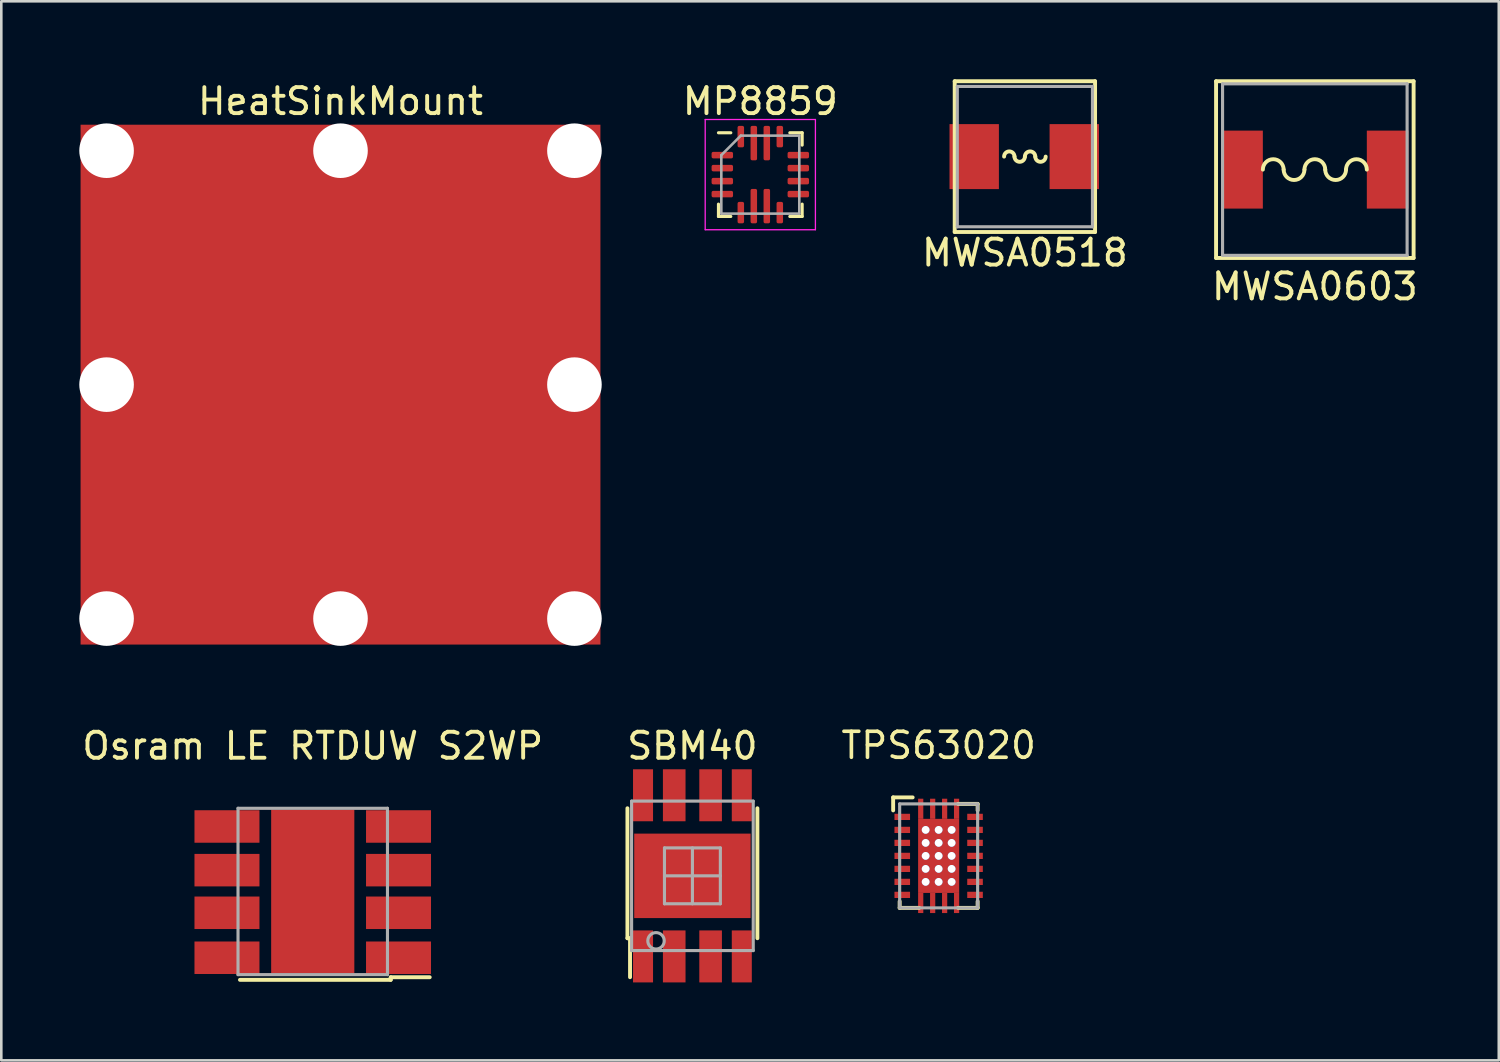
<source format=kicad_pcb>
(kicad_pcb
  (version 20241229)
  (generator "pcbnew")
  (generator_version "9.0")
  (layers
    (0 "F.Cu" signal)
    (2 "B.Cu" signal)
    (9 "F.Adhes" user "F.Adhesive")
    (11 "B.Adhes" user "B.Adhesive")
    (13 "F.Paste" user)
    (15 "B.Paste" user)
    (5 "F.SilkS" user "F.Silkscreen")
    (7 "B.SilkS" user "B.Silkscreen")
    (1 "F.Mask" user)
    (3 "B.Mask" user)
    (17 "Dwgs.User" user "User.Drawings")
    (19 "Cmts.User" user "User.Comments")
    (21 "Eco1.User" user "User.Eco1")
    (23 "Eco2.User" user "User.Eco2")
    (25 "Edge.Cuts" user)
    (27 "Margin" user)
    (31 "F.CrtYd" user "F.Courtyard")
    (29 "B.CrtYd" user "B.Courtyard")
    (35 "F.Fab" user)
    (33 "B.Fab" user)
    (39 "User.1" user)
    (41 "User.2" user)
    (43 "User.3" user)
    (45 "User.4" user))
  (footprint "TPS63020"
    (layer "F.Cu")
    (at 33.062 29.878)
    (property "Reference" "TPS63020" (at 0 -4.25 180) (layer "F.SilkS") (effects (font (size 1 1) (thickness 0.14))))
    (attr smd)
    (fp_line (start -1.75 -2.25) (end -1.75 -1.75) (stroke (width 0.15) (type solid)) (layer "F.SilkS"))
    (fp_line (start -1.5 2) (end -1.5 1.75) (stroke (width 0.15) (type solid)) (layer "F.SilkS"))
    (fp_line (start -1 -2.25) (end -1.75 -2.25) (stroke (width 0.15) (type solid)) (layer "F.SilkS"))
    (fp_line (start -0.75 2) (end -1.5 2) (stroke (width 0.15) (type solid)) (layer "F.SilkS"))
    (fp_line (start 0.75 -2) (end 1.5 -2) (stroke (width 0.15) (type solid)) (layer "F.SilkS"))
    (fp_line (start 1.5 -2) (end 1.5 -1.75) (stroke (width 0.15) (type solid)) (layer "F.SilkS"))
    (fp_line (start 1.5 1.75) (end 1.5 2) (stroke (width 0.15) (type solid)) (layer "F.SilkS"))
    (fp_line (start 1.5 2) (end 0.75 2) (stroke (width 0.15) (type solid)) (layer "F.SilkS"))
    (fp_line (start -1.5 -2) (end 1.5 -2) (stroke (width 0.12) (type solid)) (layer "F.Fab"))
    (fp_line (start -1.5 2) (end -1.5 -2) (stroke (width 0.12) (type solid)) (layer "F.Fab"))
    (fp_line (start 1.5 -2) (end 1.5 2) (stroke (width 0.12) (type solid)) (layer "F.Fab"))
    (fp_line (start 1.5 2) (end -1.5 2) (stroke (width 0.12) (type solid)) (layer "F.Fab"))
    (pad "1" smd rect (at -1.4 -1.5 270) (size 0.24 0.6) (layers "F.Cu" "F.Mask" "F.Paste"))
    (pad "2" smd rect (at -1.4 -1 270) (size 0.24 0.6) (layers "F.Cu" "F.Mask" "F.Paste"))
    (pad "3" smd rect (at -1.4 -0.5 270) (size 0.24 0.6) (layers "F.Cu" "F.Mask" "F.Paste"))
    (pad "4" smd rect (at -1.4 0 270) (size 0.24 0.6) (layers "F.Cu" "F.Mask" "F.Paste"))
    (pad "5" smd rect (at -1.4 0.5 270) (size 0.24 0.6) (layers "F.Cu" "F.Mask" "F.Paste"))
    (pad "6" smd rect (at -1.4 1 270) (size 0.24 0.6) (layers "F.Cu" "F.Mask" "F.Paste"))
    (pad "7" smd rect (at -1.4 1.5 270) (size 0.24 0.6) (layers "F.Cu" "F.Mask" "F.Paste"))
    (pad "8" smd rect (at 1.4 1.5 270) (size 0.24 0.6) (layers "F.Cu" "F.Mask" "F.Paste"))
    (pad "9" smd rect (at 1.4 1 270) (size 0.24 0.6) (layers "F.Cu" "F.Mask" "F.Paste"))
    (pad "10" smd rect (at 1.4 0.5 270) (size 0.24 0.6) (layers "F.Cu" "F.Mask" "F.Paste"))
    (pad "11" smd rect (at 1.4 0 270) (size 0.24 0.6) (layers "F.Cu" "F.Mask" "F.Paste"))
    (pad "12" smd rect (at 1.4 -0.5 270) (size 0.24 0.6) (layers "F.Cu" "F.Mask" "F.Paste"))
    (pad "13" smd rect (at 1.4 -1 270) (size 0.24 0.6) (layers "F.Cu" "F.Mask" "F.Paste"))
    (pad "14" smd rect (at 1.4 -1.5 270) (size 0.24 0.6) (layers "F.Cu" "F.Mask" "F.Paste"))
    (pad "15" smd rect (at -0.69 -1.812 270) (size 0.775 0.2) (layers "F.Cu" "F.Mask" "F.Paste"))
    (pad "15" smd rect (at -0.69 1.812 270) (size 0.775 0.2) (layers "F.Cu" "F.Mask" "F.Paste"))
    (pad "15" thru_hole circle (at -0.5 -1 270) (size 0.3 0.3) (drill 0.3) (layers "*.Cu"))
    (pad "15" thru_hole circle (at -0.5 -0.5 270) (size 0.3 0.3) (drill 0.3) (layers "*.Cu"))
    (pad "15" thru_hole circle (at -0.5 0 270) (size 0.3 0.3) (drill 0.3) (layers "*.Cu"))
    (pad "15" thru_hole circle (at -0.5 0.5 270) (size 0.3 0.3) (drill 0.3) (layers "*.Cu"))
    (pad "15" thru_hole circle (at -0.5 1 270) (size 0.3 0.3) (drill 0.3) (layers "*.Cu"))
    (pad "15" smd rect (at -0.23 -1.812 270) (size 0.775 0.2) (layers "F.Cu" "F.Mask" "F.Paste"))
    (pad "15" smd rect (at -0.23 1.812 270) (size 0.775 0.2) (layers "F.Cu" "F.Mask" "F.Paste"))
    (pad "15" thru_hole circle (at 0 -1 270) (size 0.3 0.3) (drill 0.3) (layers "*.Cu"))
    (pad "15" thru_hole circle (at 0 -0.5 270) (size 0.3 0.3) (drill 0.3) (layers "*.Cu"))
    (pad "15" thru_hole circle (at 0 0 270) (size 0.3 0.3) (drill 0.3) (layers "*.Cu"))
    (pad "15" smd rect (at 0 0 270) (size 2.85 1.58) (layers "F.Cu" "F.Mask" "F.Paste"))
    (pad "15" thru_hole circle (at 0 0.5 270) (size 0.3 0.3) (drill 0.3) (layers "*.Cu"))
    (pad "15" thru_hole circle (at 0 1 270) (size 0.3 0.3) (drill 0.3) (layers "*.Cu"))
    (pad "15" smd rect (at 0.23 -1.812 270) (size 0.775 0.2) (layers "F.Cu" "F.Mask" "F.Paste"))
    (pad "15" smd rect (at 0.23 1.812 270) (size 0.775 0.2) (layers "F.Cu" "F.Mask" "F.Paste"))
    (pad "15" thru_hole circle (at 0.5 -1 270) (size 0.3 0.3) (drill 0.3) (layers "*.Cu"))
    (pad "15" thru_hole circle (at 0.5 -0.5 270) (size 0.3 0.3) (drill 0.3) (layers "*.Cu"))
    (pad "15" thru_hole circle (at 0.5 0 270) (size 0.3 0.3) (drill 0.3) (layers "*.Cu"))
    (pad "15" thru_hole circle (at 0.5 0.5 270) (size 0.3 0.3) (drill 0.3) (layers "*.Cu"))
    (pad "15" thru_hole circle (at 0.5 1 270) (size 0.3 0.3) (drill 0.3) (layers "*.Cu"))
    (pad "15" smd rect (at 0.69 -1.812 270) (size 0.775 0.2) (layers "F.Cu" "F.Mask" "F.Paste"))
    (pad "15" smd rect (at 0.69 1.812 270) (size 0.775 0.2) (layers "F.Cu" "F.Mask" "F.Paste")))
  (footprint "SBM40"
    (layer "F.Cu")
    (at 23.589 30.646)
    (property "Reference" "SBM40" (at 0 -5 0) (layer "F.SilkS") (effects (font (size 1 1) (thickness 0.15))))
    (attr smd)
    (fp_line (start -2.5 2.4) (end -2.5 -2.6) (stroke (width 0.15) (type solid)) (layer "F.SilkS"))
    (fp_line (start -2.4 2.4) (end -2.5 2.4) (stroke (width 0.15) (type solid)) (layer "F.SilkS"))
    (fp_line (start -2.4 3.9) (end -2.4 2.4) (stroke (width 0.15) (type solid)) (layer "F.SilkS"))
    (fp_line (start 2.5 2.4) (end 2.5 -2.6) (stroke (width 0.15) (type solid)) (layer "F.SilkS"))
    (fp_line (start -2.34 -2.875) (end -2.34 2.875) (stroke (width 0.12) (type solid)) (layer "F.Fab"))
    (fp_line (start -2.34 -2.875) (end 2.34 -2.875) (stroke (width 0.12) (type solid)) (layer "F.Fab"))
    (fp_line (start -2.34 2.875) (end 2.34 2.875) (stroke (width 0.12) (type solid)) (layer "F.Fab"))
    (fp_line (start -1.075 -1.075) (end 1.075 -1.075) (stroke (width 0.12) (type solid)) (layer "F.Fab"))
    (fp_line (start -1.075 0) (end 1.075 0) (stroke (width 0.12) (type solid)) (layer "F.Fab"))
    (fp_line (start -1.075 1.075) (end -1.075 -1.075) (stroke (width 0.12) (type solid)) (layer "F.Fab"))
    (fp_line (start -1.075 1.075) (end 1.075 1.075) (stroke (width 0.12) (type solid)) (layer "F.Fab"))
    (fp_line (start 0 -1.075) (end 0 1.075) (stroke (width 0.12) (type solid)) (layer "F.Fab"))
    (fp_line (start 1.075 -1.075) (end 1.075 1.075) (stroke (width 0.12) (type solid)) (layer "F.Fab"))
    (fp_line (start 2.34 2.875) (end 2.34 -2.875) (stroke (width 0.12) (type solid)) (layer "F.Fab"))
    (fp_circle (center -1.4 2.5) (end -1.3 2.2) (stroke (width 0.12) (type solid)) (fill no) (layer "F.Fab"))
    (pad "1" smd rect (at -1.9 3.1) (size 0.77 2) (layers "F.Cu" "F.Mask" "F.Paste"))
    (pad "2" smd rect (at -0.7 3.1) (size 0.87 2) (layers "F.Cu" "F.Mask" "F.Paste"))
    (pad "3" smd rect (at 0.7 3.1) (size 0.87 2) (layers "F.Cu" "F.Mask" "F.Paste"))
    (pad "4" smd rect (at 1.9 3.1) (size 0.77 2) (layers "F.Cu" "F.Mask" "F.Paste"))
    (pad "5" smd rect (at -1.9 -3.1 180) (size 0.77 2) (layers "F.Cu" "F.Mask" "F.Paste"))
    (pad "6" smd rect (at -0.7 -3.1) (size 0.87 2) (layers "F.Cu" "F.Mask" "F.Paste"))
    (pad "7" smd rect (at 0.7 -3.1) (size 0.87 2) (layers "F.Cu" "F.Mask" "F.Paste"))
    (pad "8" smd rect (at 1.9 -3.1 180) (size 0.77 2) (layers "F.Cu" "F.Mask" "F.Paste"))
    (pad "9" smd rect (at 0 0) (size 4.48 3.25) (layers "F.Cu" "F.Mask" "F.Paste")))
  (footprint "MWSA0603"
    (layer "F.Cu")
    (at 47.535 3.475)
    (property "Reference" "MWSA0603" (at 0 4.5 0) (layer "F.SilkS") (effects (font (size 1 1) (thickness 0.15))))
    (attr smd)
    (fp_line (start -3.8 -3.4) (end 3.8 -3.4) (stroke (width 0.15) (type solid)) (layer "F.SilkS"))
    (fp_line (start -3.8 3.4) (end -3.8 -3.4) (stroke (width 0.15) (type solid)) (layer "F.SilkS"))
    (fp_line (start 3.8 -3.4) (end 3.8 3.4) (stroke (width 0.15) (type solid)) (layer "F.SilkS"))
    (fp_line (start 3.8 3.4) (end -3.8 3.4) (stroke (width 0.15) (type solid)) (layer "F.SilkS"))
    (fp_arc (start -2 0) (mid -1.6 -0.4) (end -1.2 0) (stroke (width 0.15) (type solid)) (layer "F.SilkS"))
    (fp_arc (start -0.4 0) (mid -0.8 0.4) (end -1.2 0) (stroke (width 0.15) (type solid)) (layer "F.SilkS"))
    (fp_arc (start -0.4 0) (mid 0 -0.4) (end 0.4 0) (stroke (width 0.15) (type solid)) (layer "F.SilkS"))
    (fp_arc (start 1.2 0) (mid 0.8 0.4) (end 0.4 0) (stroke (width 0.15) (type solid)) (layer "F.SilkS"))
    (fp_arc (start 1.2 0) (mid 1.6 -0.4) (end 2 0) (stroke (width 0.15) (type solid)) (layer "F.SilkS"))
    (fp_line (start -3.55 -3.3) (end -3.55 3.3) (stroke (width 0.12) (type solid)) (layer "F.Fab"))
    (fp_line (start -3.55 -3.3) (end 3.55 -3.3) (stroke (width 0.12) (type solid)) (layer "F.Fab"))
    (fp_line (start -3.55 3.3) (end 3.55 3.3) (stroke (width 0.12) (type solid)) (layer "F.Fab"))
    (fp_line (start 3.55 -3.3) (end 3.55 3.3) (stroke (width 0.12) (type solid)) (layer "F.Fab"))
    (pad "1" smd rect (at -3.6 0) (size 1.6 3) (drill (offset 0.8 0)) (layers "F.Cu" "F.Mask" "F.Paste"))
    (pad "2" smd rect (at 3.6 0 180) (size 1.6 3) (drill (offset 0.8 0)) (layers "F.Cu" "F.Mask" "F.Paste")))
  (footprint "Osram LE RTDUW S2WP"
    (layer "F.Cu")
    (at 8.982 31.247)
    (property "Reference" "Osram LE RTDUW S2WP" (at 0 -5.6 0) (layer "F.SilkS") (effects (font (size 1 1) (thickness 0.15))))
    (attr through_hole)
    (fp_line (start -2.8 3.4) (end 3 3.4) (stroke (width 0.15) (type solid)) (layer "F.SilkS"))
    (fp_line (start 3 3.3) (end 4.5 3.3) (stroke (width 0.15) (type solid)) (layer "F.SilkS"))
    (fp_line (start 3 3.4) (end 3 3.3) (stroke (width 0.15) (type solid)) (layer "F.SilkS"))
    (fp_line (start -2.875 -3.2) (end -2.875 3.2) (stroke (width 0.12) (type solid)) (layer "F.Fab"))
    (fp_line (start -2.875 -3.2) (end 2.875 -3.2) (stroke (width 0.12) (type solid)) (layer "F.Fab"))
    (fp_line (start -2.875 3.2) (end 2.875 3.2) (stroke (width 0.12) (type solid)) (layer "F.Fab"))
    (fp_line (start 2.875 3.2) (end 2.875 -3.2) (stroke (width 0.12) (type solid)) (layer "F.Fab"))
    (pad "1" smd rect (at 3.3 2.55) (size 2.5 1.25) (layers "F.Cu" "F.Mask" "F.Paste"))
    (pad "2" smd rect (at 3.3 0.82) (size 2.5 1.25) (layers "F.Cu" "F.Mask" "F.Paste"))
    (pad "3" smd rect (at 3.3 -0.82) (size 2.5 1.25) (layers "F.Cu" "F.Mask" "F.Paste"))
    (pad "4" smd rect (at 3.3 -2.5) (size 2.5 1.25) (layers "F.Cu" "F.Mask" "F.Paste"))
    (pad "5" smd rect (at -3.3 -2.5) (size 2.5 1.25) (layers "F.Cu" "F.Mask" "F.Paste"))
    (pad "6" smd rect (at -3.3 -0.82) (size 2.5 1.25) (layers "F.Cu" "F.Mask" "F.Paste"))
    (pad "7" smd rect (at -3.3 0.82) (size 2.5 1.25) (layers "F.Cu" "F.Mask" "F.Paste"))
    (pad "8" smd rect (at -3.3 2.55) (size 2.5 1.25) (layers "F.Cu" "F.Mask" "F.Paste"))
    (pad "9" smd rect (at 0 0) (size 3.2 6.3) (layers "F.Cu" "F.Mask" "F.Paste")))
  (footprint "MWSA0518"
    (layer "F.Cu")
    (at 36.38 2.975)
    (property "Reference" "MWSA0518" (at 0 3.7 0) (layer "F.SilkS") (effects (font (size 1 1) (thickness 0.15))))
    (attr smd)
    (fp_line (start -2.7 -2.9) (end 2.7 -2.9) (stroke (width 0.15) (type solid)) (layer "F.SilkS"))
    (fp_line (start -2.7 2.9) (end -2.7 -2.9) (stroke (width 0.15) (type solid)) (layer "F.SilkS"))
    (fp_line (start 2.7 -2.9) (end 2.7 2.9) (stroke (width 0.15) (type solid)) (layer "F.SilkS"))
    (fp_line (start 2.7 2.9) (end -2.7 2.9) (stroke (width 0.15) (type solid)) (layer "F.SilkS"))
    (fp_arc (start -0.8 0) (mid -0.6 -0.2) (end -0.4 0) (stroke (width 0.15) (type solid)) (layer "F.SilkS"))
    (fp_arc (start 0 0) (mid -0.2 0.2) (end -0.4 0) (stroke (width 0.15) (type solid)) (layer "F.SilkS"))
    (fp_arc (start 0 0) (mid 0.2 -0.2) (end 0.4 0) (stroke (width 0.15) (type solid)) (layer "F.SilkS"))
    (fp_arc (start 0.8 0) (mid 0.6 0.2) (end 0.4 0) (stroke (width 0.15) (type solid)) (layer "F.SilkS"))
    (fp_line (start -2.6 -2.7) (end -2.6 2.7) (stroke (width 0.12) (type solid)) (layer "F.Fab"))
    (fp_line (start -2.6 -2.7) (end 2.6 -2.7) (stroke (width 0.12) (type solid)) (layer "F.Fab"))
    (fp_line (start -2.6 2.7) (end 2.6 2.7) (stroke (width 0.12) (type solid)) (layer "F.Fab"))
    (fp_line (start 2.6 -2.7) (end 2.6 2.7) (stroke (width 0.12) (type solid)) (layer "F.Fab"))
    (pad "1" smd rect (at -2.9 0) (size 1.9 2.5) (drill (offset 0.95 0)) (layers "F.Cu" "F.Mask" "F.Paste"))
    (pad "2" smd rect (at 2.7 0 180) (size 1.9 2.5) (drill (offset 0.8 0)) (layers "F.Cu" "F.Mask" "F.Paste")))
  (footprint "HeatSinkMount"
    (layer "F.Cu")
    (at 10.05 11.748)
    (property "Reference" "HeatSinkMount" (at 0 -10.9 0) (layer "F.SilkS") (effects (font (size 1 1) (thickness 0.15))))
    (attr through_hole)
    (pad "" np_thru_hole circle (at -9 -9) (size 2.1 2.1) (drill 2.1) (layers "*.Cu" "*.Mask"))
    (pad "" np_thru_hole circle (at -9 0) (size 2.1 2.1) (drill 2.1) (layers "*.Cu" "*.Mask"))
    (pad "" np_thru_hole circle (at -9 9) (size 2.1 2.1) (drill 2.1) (layers "*.Cu" "*.Mask"))
    (pad "" np_thru_hole circle (at 0 -9) (size 2.1 2.1) (drill 2.1) (layers "*.Cu" "*.Mask"))
    (pad "" np_thru_hole circle (at 0 9) (size 2.1 2.1) (drill 2.1) (layers "*.Cu" "*.Mask"))
    (pad "" np_thru_hole circle (at 9 -9) (size 2.1 2.1) (drill 2.1) (layers "*.Cu" "*.Mask"))
    (pad "" np_thru_hole circle (at 9 0) (size 2.1 2.1) (drill 2.1) (layers "*.Cu" "*.Mask"))
    (pad "" np_thru_hole circle (at 9 9) (size 2.1 2.1) (drill 2.1) (layers "*.Cu" "*.Mask"))
    (pad "1" smd rect (at 0 0) (size 20 20) (layers "F.Cu" "F.Mask" "F.Paste")))
  (footprint "MP8859"
    (layer "F.Cu")
    (at 26.201 3.668)
    (property "Reference" "MP8859" (at 0 -2.82 0) (layer "F.SilkS") (effects (font (size 1 1) (thickness 0.15))))
    (attr smd)
    (fp_line (start -1.61 1.61) (end -1.61 1.135) (stroke (width 0.12) (type solid)) (layer "F.SilkS"))
    (fp_line (start -1.135 -1.61) (end -1.61 -1.61) (stroke (width 0.12) (type solid)) (layer "F.SilkS"))
    (fp_line (start -1.135 1.61) (end -1.61 1.61) (stroke (width 0.12) (type solid)) (layer "F.SilkS"))
    (fp_line (start 1.135 -1.61) (end 1.61 -1.61) (stroke (width 0.12) (type solid)) (layer "F.SilkS"))
    (fp_line (start 1.135 1.61) (end 1.61 1.61) (stroke (width 0.12) (type solid)) (layer "F.SilkS"))
    (fp_line (start 1.61 -1.61) (end 1.61 -1.135) (stroke (width 0.12) (type solid)) (layer "F.SilkS"))
    (fp_line (start 1.61 1.61) (end 1.61 1.135) (stroke (width 0.12) (type solid)) (layer "F.SilkS"))
    (fp_line (start -2.12 -2.12) (end -2.12 2.12) (stroke (width 0.05) (type solid)) (layer "F.CrtYd"))
    (fp_line (start -2.12 2.12) (end 2.12 2.12) (stroke (width 0.05) (type solid)) (layer "F.CrtYd"))
    (fp_line (start 2.12 -2.12) (end -2.12 -2.12) (stroke (width 0.05) (type solid)) (layer "F.CrtYd"))
    (fp_line (start 2.12 2.12) (end 2.12 -2.12) (stroke (width 0.05) (type solid)) (layer "F.CrtYd"))
    (fp_line (start -1.5 -0.75) (end -0.75 -1.5) (stroke (width 0.1) (type solid)) (layer "F.Fab"))
    (fp_line (start -1.5 1.5) (end -1.5 -0.75) (stroke (width 0.1) (type solid)) (layer "F.Fab"))
    (fp_line (start -0.75 -1.5) (end 1.5 -1.5) (stroke (width 0.1) (type solid)) (layer "F.Fab"))
    (fp_line (start 1.5 -1.5) (end 1.5 1.5) (stroke (width 0.1) (type solid)) (layer "F.Fab"))
    (fp_line (start 1.5 1.5) (end -1.5 1.5) (stroke (width 0.1) (type solid)) (layer "F.Fab"))
    (pad "1" smd roundrect (at -1.462 -0.75) (size 0.825 0.25) (layers "F.Cu" "F.Mask" "F.Paste") (roundrect_rratio 0.25))
    (pad "2" smd roundrect (at -1.462 -0.25) (size 0.825 0.25) (layers "F.Cu" "F.Mask" "F.Paste") (roundrect_rratio 0.25))
    (pad "3" smd roundrect (at -1.462 0.25) (size 0.825 0.25) (layers "F.Cu" "F.Mask" "F.Paste") (roundrect_rratio 0.25))
    (pad "4" smd roundrect (at -1.462 0.75) (size 0.825 0.25) (layers "F.Cu" "F.Mask" "F.Paste") (roundrect_rratio 0.25))
    (pad "5" smd roundrect (at -0.75 1.462) (size 0.25 0.825) (layers "F.Cu" "F.Mask" "F.Paste") (roundrect_rratio 0.25))
    (pad "6" smd roundrect (at -0.25 1.462) (size 0.25 1.325) (drill (offset 0 -0.25)) (layers "F.Cu" "F.Mask" "F.Paste") (roundrect_rratio 0.25))
    (pad "7" smd roundrect (at 0.25 1.462) (size 0.25 1.325) (drill (offset 0 -0.25)) (layers "F.Cu" "F.Mask" "F.Paste") (roundrect_rratio 0.25))
    (pad "8" smd roundrect (at 0.75 1.462) (size 0.25 0.825) (layers "F.Cu" "F.Mask" "F.Paste") (roundrect_rratio 0.25))
    (pad "9" smd roundrect (at 1.462 0.75) (size 0.825 0.25) (layers "F.Cu" "F.Mask" "F.Paste") (roundrect_rratio 0.25))
    (pad "10" smd roundrect (at 1.462 0.25) (size 0.825 0.25) (layers "F.Cu" "F.Mask" "F.Paste") (roundrect_rratio 0.25))
    (pad "11" smd roundrect (at 1.462 -0.25) (size 0.825 0.25) (layers "F.Cu" "F.Mask" "F.Paste") (roundrect_rratio 0.25))
    (pad "12" smd roundrect (at 1.462 -0.75) (size 0.825 0.25) (layers "F.Cu" "F.Mask" "F.Paste") (roundrect_rratio 0.25))
    (pad "13" smd roundrect (at 0.75 -1.462) (size 0.25 0.825) (layers "F.Cu" "F.Mask" "F.Paste") (roundrect_rratio 0.25))
    (pad "14" smd roundrect (at 0.25 -1.462) (size 0.25 1.325) (drill (offset 0 0.25)) (layers "F.Cu" "F.Mask" "F.Paste") (roundrect_rratio 0.25))
    (pad "15" smd roundrect (at -0.25 -1.462) (size 0.25 1.325) (drill (offset 0 0.25)) (layers "F.Cu" "F.Mask" "F.Paste") (roundrect_rratio 0.25))
    (pad "16" smd roundrect (at -0.75 -1.462) (size 0.25 0.825) (layers "F.Cu" "F.Mask" "F.Paste") (roundrect_rratio 0.25)))
  (gr_rect
    (start -3 -3)
    (end 54.612 37.746)
    (stroke (width 0.1) (type default))
    (fill no)
    (layer "Edge.Cuts")))
</source>
